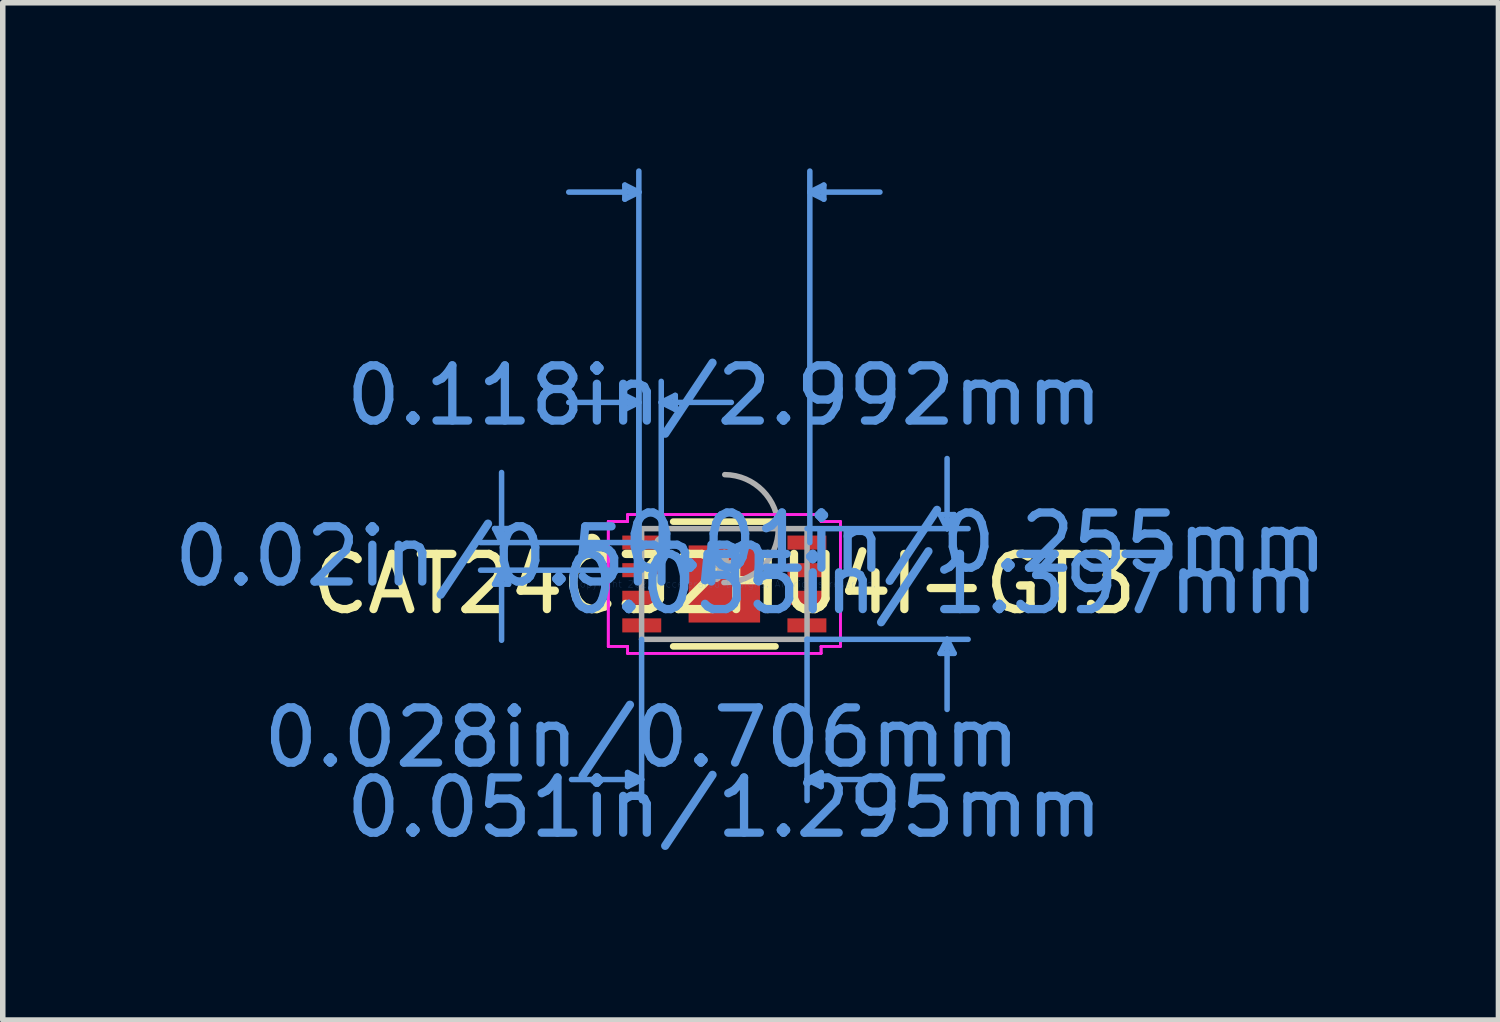
<source format=kicad_pcb>
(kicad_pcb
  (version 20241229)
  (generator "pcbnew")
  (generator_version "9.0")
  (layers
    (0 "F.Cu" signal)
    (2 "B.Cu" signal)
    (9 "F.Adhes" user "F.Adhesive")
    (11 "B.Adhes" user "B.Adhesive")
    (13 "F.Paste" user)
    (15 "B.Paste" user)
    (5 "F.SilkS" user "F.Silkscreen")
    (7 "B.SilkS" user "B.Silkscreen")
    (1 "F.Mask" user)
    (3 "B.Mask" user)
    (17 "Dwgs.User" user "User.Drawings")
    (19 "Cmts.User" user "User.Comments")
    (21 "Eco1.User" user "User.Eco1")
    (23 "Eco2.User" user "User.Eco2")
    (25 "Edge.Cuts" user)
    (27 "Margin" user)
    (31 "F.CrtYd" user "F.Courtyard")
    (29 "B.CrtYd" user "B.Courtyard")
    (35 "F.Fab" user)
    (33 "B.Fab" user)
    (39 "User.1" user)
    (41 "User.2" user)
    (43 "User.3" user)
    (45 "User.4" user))
  (footprint "CAT24C32HU4I-GT3"
    (layer "F.Cu")
    (at 10.074 7.531)
    (property "Reference" "CAT24C32HU4I-GT3" (at 0 0 0) (layer "F.SilkS") (effects (font (size 1 1) (thickness 0.15))))
    (attr through_hole)
    (fp_line (start -0.927 1.13) (end 0.927 1.13) (stroke (width 0.12) (type solid)) (layer "F.SilkS"))
    (fp_line (start 0.927 -1.13) (end -0.927 -1.13) (stroke (width 0.12) (type solid)) (layer "F.SilkS"))
    (fp_circle (center -2.4 -0.75) (end -2.299 -0.75) (stroke (width 0.12) (type solid)) (fill no) (layer "F.SilkS"))
    (fp_line (start -4.163 -1.004) (end -3.909 -1.004) (stroke (width 0.1) (type solid)) (layer "Cmts.User"))
    (fp_line (start -4.163 0.004) (end -3.909 0.004) (stroke (width 0.1) (type solid)) (layer "Cmts.User"))
    (fp_line (start -4.036 -0.75) (end -4.163 -1.004) (stroke (width 0.1) (type solid)) (layer "Cmts.User"))
    (fp_line (start -4.036 -0.75) (end -4.036 -2.02) (stroke (width 0.1) (type solid)) (layer "Cmts.User"))
    (fp_line (start -4.036 -0.75) (end -3.909 -1.004) (stroke (width 0.1) (type solid)) (layer "Cmts.User"))
    (fp_line (start -4.036 -0.25) (end -4.163 0.004) (stroke (width 0.1) (type solid)) (layer "Cmts.User"))
    (fp_line (start -4.036 -0.25) (end -4.036 1.02) (stroke (width 0.1) (type solid)) (layer "Cmts.User"))
    (fp_line (start -4.036 -0.25) (end -3.909 0.004) (stroke (width 0.1) (type solid)) (layer "Cmts.User"))
    (fp_line (start -1.803 -7.227) (end -1.803 -6.973) (stroke (width 0.1) (type solid)) (layer "Cmts.User"))
    (fp_line (start -1.803 -3.417) (end -1.803 -3.163) (stroke (width 0.1) (type solid)) (layer "Cmts.User"))
    (fp_line (start -1.753 3.416) (end -1.753 3.67) (stroke (width 0.1) (type solid)) (layer "Cmts.User"))
    (fp_line (start -1.549 -7.1) (end -2.819 -7.1) (stroke (width 0.1) (type solid)) (layer "Cmts.User"))
    (fp_line (start -1.549 -7.1) (end -1.803 -7.227) (stroke (width 0.1) (type solid)) (layer "Cmts.User"))
    (fp_line (start -1.549 -7.1) (end -1.803 -6.973) (stroke (width 0.1) (type solid)) (layer "Cmts.User"))
    (fp_line (start -1.549 -3.29) (end -2.819 -3.29) (stroke (width 0.1) (type solid)) (layer "Cmts.User"))
    (fp_line (start -1.549 -3.29) (end -1.803 -3.417) (stroke (width 0.1) (type solid)) (layer "Cmts.User"))
    (fp_line (start -1.549 -3.29) (end -1.803 -3.163) (stroke (width 0.1) (type solid)) (layer "Cmts.User"))
    (fp_line (start -1.549 -0.75) (end -1.549 -7.481) (stroke (width 0.1) (type solid)) (layer "Cmts.User"))
    (fp_line (start -1.549 -0.75) (end -1.549 -3.671) (stroke (width 0.1) (type solid)) (layer "Cmts.User"))
    (fp_line (start -1.499 1.003) (end -1.499 3.924) (stroke (width 0.1) (type solid)) (layer "Cmts.User"))
    (fp_line (start -1.499 3.543) (end -2.769 3.543) (stroke (width 0.1) (type solid)) (layer "Cmts.User"))
    (fp_line (start -1.499 3.543) (end -1.753 3.416) (stroke (width 0.1) (type solid)) (layer "Cmts.User"))
    (fp_line (start -1.499 3.543) (end -1.753 3.67) (stroke (width 0.1) (type solid)) (layer "Cmts.User"))
    (fp_line (start -1.496 -0.75) (end -4.417 -0.75) (stroke (width 0.1) (type solid)) (layer "Cmts.User"))
    (fp_line (start -1.496 -0.25) (end -4.417 -0.25) (stroke (width 0.1) (type solid)) (layer "Cmts.User"))
    (fp_line (start -1.143 -3.29) (end -0.889 -3.417) (stroke (width 0.1) (type solid)) (layer "Cmts.User"))
    (fp_line (start -1.143 -3.29) (end -0.889 -3.163) (stroke (width 0.1) (type solid)) (layer "Cmts.User"))
    (fp_line (start -1.143 -3.29) (end 0.127 -3.29) (stroke (width 0.1) (type solid)) (layer "Cmts.User"))
    (fp_line (start -1.143 -0.75) (end -1.143 -3.671) (stroke (width 0.1) (type solid)) (layer "Cmts.User"))
    (fp_line (start -0.889 -3.417) (end -0.889 -3.163) (stroke (width 0.1) (type solid)) (layer "Cmts.User"))
    (fp_line (start 1.499 -1.003) (end 4.417 -1.003) (stroke (width 0.1) (type solid)) (layer "Cmts.User"))
    (fp_line (start 1.499 1.003) (end 1.499 3.924) (stroke (width 0.1) (type solid)) (layer "Cmts.User"))
    (fp_line (start 1.499 1.003) (end 4.417 1.003) (stroke (width 0.1) (type solid)) (layer "Cmts.User"))
    (fp_line (start 1.499 3.543) (end 1.753 3.416) (stroke (width 0.1) (type solid)) (layer "Cmts.User"))
    (fp_line (start 1.499 3.543) (end 1.753 3.67) (stroke (width 0.1) (type solid)) (layer "Cmts.User"))
    (fp_line (start 1.499 3.543) (end 2.769 3.543) (stroke (width 0.1) (type solid)) (layer "Cmts.User"))
    (fp_line (start 1.549 -7.1) (end 1.803 -7.227) (stroke (width 0.1) (type solid)) (layer "Cmts.User"))
    (fp_line (start 1.549 -7.1) (end 1.803 -6.973) (stroke (width 0.1) (type solid)) (layer "Cmts.User"))
    (fp_line (start 1.549 -7.1) (end 2.819 -7.1) (stroke (width 0.1) (type solid)) (layer "Cmts.User"))
    (fp_line (start 1.549 -0.75) (end 1.549 -7.481) (stroke (width 0.1) (type solid)) (layer "Cmts.User"))
    (fp_line (start 1.753 3.416) (end 1.753 3.67) (stroke (width 0.1) (type solid)) (layer "Cmts.User"))
    (fp_line (start 1.803 -7.227) (end 1.803 -6.973) (stroke (width 0.1) (type solid)) (layer "Cmts.User"))
    (fp_line (start 3.909 -1.257) (end 4.163 -1.257) (stroke (width 0.1) (type solid)) (layer "Cmts.User"))
    (fp_line (start 3.909 1.257) (end 4.163 1.257) (stroke (width 0.1) (type solid)) (layer "Cmts.User"))
    (fp_line (start 4.036 -1.003) (end 3.909 -1.257) (stroke (width 0.1) (type solid)) (layer "Cmts.User"))
    (fp_line (start 4.036 -1.003) (end 4.036 -2.273) (stroke (width 0.1) (type solid)) (layer "Cmts.User"))
    (fp_line (start 4.036 -1.003) (end 4.163 -1.257) (stroke (width 0.1) (type solid)) (layer "Cmts.User"))
    (fp_line (start 4.036 1.003) (end 3.909 1.257) (stroke (width 0.1) (type solid)) (layer "Cmts.User"))
    (fp_line (start 4.036 1.003) (end 4.036 2.273) (stroke (width 0.1) (type solid)) (layer "Cmts.User"))
    (fp_line (start 4.036 1.003) (end 4.163 1.257) (stroke (width 0.1) (type solid)) (layer "Cmts.User"))
    (fp_line (start -2.103 -1.131) (end -1.753 -1.131) (stroke (width 0.05) (type solid)) (layer "F.CrtYd"))
    (fp_line (start -2.103 -1.131) (end -1.753 -1.131) (stroke (width 0.05) (type solid)) (layer "F.CrtYd"))
    (fp_line (start -2.103 1.131) (end -2.103 -1.131) (stroke (width 0.05) (type solid)) (layer "F.CrtYd"))
    (fp_line (start -2.103 1.131) (end -2.103 -1.131) (stroke (width 0.05) (type solid)) (layer "F.CrtYd"))
    (fp_line (start -2.103 1.131) (end -1.753 1.131) (stroke (width 0.05) (type solid)) (layer "F.CrtYd"))
    (fp_line (start -1.753 -1.257) (end 1.753 -1.257) (stroke (width 0.05) (type solid)) (layer "F.CrtYd"))
    (fp_line (start -1.753 -1.257) (end 1.753 -1.257) (stroke (width 0.05) (type solid)) (layer "F.CrtYd"))
    (fp_line (start -1.753 -1.131) (end -1.753 -1.257) (stroke (width 0.05) (type solid)) (layer "F.CrtYd"))
    (fp_line (start -1.753 -1.131) (end -1.753 -1.257) (stroke (width 0.05) (type solid)) (layer "F.CrtYd"))
    (fp_line (start -1.753 1.131) (end -2.103 1.131) (stroke (width 0.05) (type solid)) (layer "F.CrtYd"))
    (fp_line (start -1.753 1.257) (end -1.753 1.131) (stroke (width 0.05) (type solid)) (layer "F.CrtYd"))
    (fp_line (start -1.753 1.257) (end -1.753 1.131) (stroke (width 0.05) (type solid)) (layer "F.CrtYd"))
    (fp_line (start 1.753 -1.257) (end 1.753 -1.131) (stroke (width 0.05) (type solid)) (layer "F.CrtYd"))
    (fp_line (start 1.753 -1.257) (end 1.753 -1.131) (stroke (width 0.05) (type solid)) (layer "F.CrtYd"))
    (fp_line (start 1.753 -1.131) (end 2.103 -1.131) (stroke (width 0.05) (type solid)) (layer "F.CrtYd"))
    (fp_line (start 1.753 1.131) (end 1.753 1.257) (stroke (width 0.05) (type solid)) (layer "F.CrtYd"))
    (fp_line (start 1.753 1.131) (end 1.753 1.257) (stroke (width 0.05) (type solid)) (layer "F.CrtYd"))
    (fp_line (start 1.753 1.257) (end -1.753 1.257) (stroke (width 0.05) (type solid)) (layer "F.CrtYd"))
    (fp_line (start 1.753 1.257) (end -1.753 1.257) (stroke (width 0.05) (type solid)) (layer "F.CrtYd"))
    (fp_line (start 2.103 -1.131) (end 1.753 -1.131) (stroke (width 0.05) (type solid)) (layer "F.CrtYd"))
    (fp_line (start 2.103 -1.131) (end 2.103 1.131) (stroke (width 0.05) (type solid)) (layer "F.CrtYd"))
    (fp_line (start 2.103 -1.131) (end 2.103 1.131) (stroke (width 0.05) (type solid)) (layer "F.CrtYd"))
    (fp_line (start 2.103 1.131) (end 1.753 1.131) (stroke (width 0.05) (type solid)) (layer "F.CrtYd"))
    (fp_line (start 2.103 1.131) (end 1.753 1.131) (stroke (width 0.05) (type solid)) (layer "F.CrtYd"))
    (fp_line (start -1.499 -1.003) (end -1.499 1.003) (stroke (width 0.1) (type solid)) (layer "F.Fab"))
    (fp_line (start -1.499 1.003) (end 1.499 1.003) (stroke (width 0.1) (type solid)) (layer "F.Fab"))
    (fp_line (start 1.499 -1.003) (end -1.499 -1.003) (stroke (width 0.1) (type solid)) (layer "F.Fab"))
    (fp_line (start 1.499 1.003) (end 1.499 -1.003) (stroke (width 0.1) (type solid)) (layer "F.Fab"))
    (fp_arc (start 0.007742 -1.981116) (mid 0.977816 -0.995558) (end -0.007742 -0.025484) (stroke (width 0.1) (type solid)) (layer "F.Fab"))
    (fp_circle (center -1.143 -0.75) (end -1.067 -0.75) (stroke (width 0.1) (type solid)) (fill no) (layer "F.Fab"))
    (fp_text user "*" (at 0 0 0) (layer "F.SilkS") (effects (font (size 1 1) (thickness 0.15))))
    (fp_text user "0.051in/1.295mm" (at 0 4.051 0) (layer "Cmts.User") (effects (font (size 1 1) (thickness 0.15))))
    (fp_text user "0.01in/0.255mm" (at 4.544 -0.75 0) (layer "Cmts.User") (effects (font (size 1 1) (thickness 0.15))))
    (fp_text user "0.028in/0.706mm" (at -1.496 2.781 0) (layer "Cmts.User") (effects (font (size 1 1) (thickness 0.15))))
    (fp_text user "0.02in/0.5mm" (at -4.544 -0.5 0) (layer "Cmts.User") (effects (font (size 1 1) (thickness 0.15))))
    (fp_text user "0.118in/2.992mm" (at 0 -3.416 0) (layer "Cmts.User") (effects (font (size 1 1) (thickness 0.15))))
    (fp_text user "Copyright 2021 Accelerated Designs. All rights reserved." (at 0 0 0) (layer "Cmts.User") (effects (font (size 0.127 0.127) (thickness 0.002))))
    (fp_text user "0.055in/1.397mm" (at 3.912 0 0) (layer "Cmts.User") (effects (font (size 1 1) (thickness 0.15))))
    (fp_text user "*" (at 0 0 0) (layer "F.Fab") (effects (font (size 1 1) (thickness 0.15))))
    (pad "1" smd rect (at -1.496 -0.75) (size 0.706 0.255) (layers "F.Cu" "F.Mask" "F.Paste"))
    (pad "2" smd rect (at -1.496 -0.25) (size 0.706 0.255) (layers "F.Cu" "F.Mask" "F.Paste"))
    (pad "3" smd rect (at -1.496 0.25) (size 0.706 0.255) (layers "F.Cu" "F.Mask" "F.Paste"))
    (pad "4" smd rect (at -1.496 0.75) (size 0.706 0.255) (layers "F.Cu" "F.Mask" "F.Paste"))
    (pad "5" smd rect (at 1.496 0.75) (size 0.706 0.255) (layers "F.Cu" "F.Mask" "F.Paste"))
    (pad "6" smd rect (at 1.496 0.25) (size 0.706 0.255) (layers "F.Cu" "F.Mask" "F.Paste"))
    (pad "7" smd rect (at 1.496 -0.25) (size 0.706 0.255) (layers "F.Cu" "F.Mask" "F.Paste"))
    (pad "8" smd rect (at 1.496 -0.75) (size 0.706 0.255) (layers "F.Cu" "F.Mask" "F.Paste"))
    (pad "9" smd rect (at 0 0) (size 1.295 1.397) (layers "F.Cu" "F.Mask" "F.Paste")))
  (gr_rect
    (start -3 -3)
    (end 24.1 15.431)
    (stroke (width 0.1) (type default))
    (fill no)
    (layer "Edge.Cuts")))
</source>
